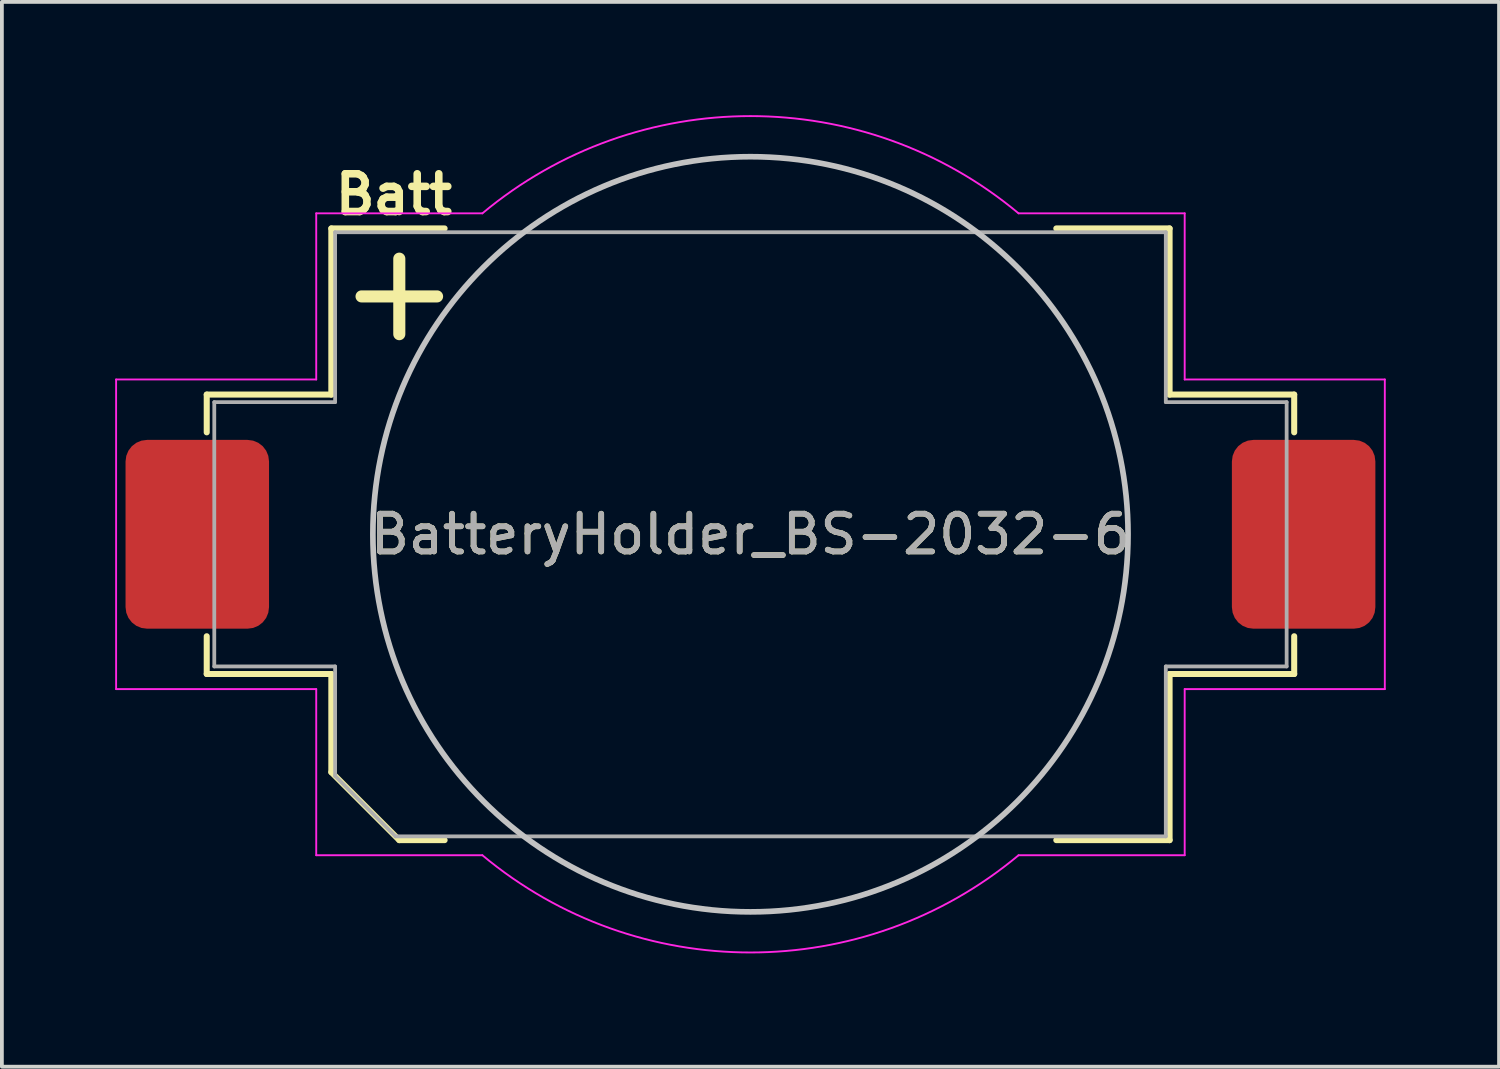
<source format=kicad_pcb>
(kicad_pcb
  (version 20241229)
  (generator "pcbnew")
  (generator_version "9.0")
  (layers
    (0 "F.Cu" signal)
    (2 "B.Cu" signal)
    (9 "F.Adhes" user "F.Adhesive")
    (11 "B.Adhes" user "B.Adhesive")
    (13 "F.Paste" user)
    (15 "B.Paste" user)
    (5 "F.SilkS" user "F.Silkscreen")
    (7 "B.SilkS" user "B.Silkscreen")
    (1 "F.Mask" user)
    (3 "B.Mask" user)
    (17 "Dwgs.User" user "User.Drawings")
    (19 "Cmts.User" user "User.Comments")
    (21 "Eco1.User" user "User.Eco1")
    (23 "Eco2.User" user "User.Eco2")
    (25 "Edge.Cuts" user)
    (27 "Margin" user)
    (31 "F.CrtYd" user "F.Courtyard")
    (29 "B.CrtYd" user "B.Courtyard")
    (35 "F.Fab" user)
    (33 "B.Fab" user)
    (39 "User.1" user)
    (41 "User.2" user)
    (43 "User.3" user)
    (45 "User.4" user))
  (footprint "BatteryHolder_BS-2032-6"
    (layer "F.Cu")
    (at 16.825 11.1)
    (property "Reference" "BatteryHolder_BS-2032-6" (at 0 0 0) (layer "F.SilkS") (effects (font (size 1 1) (thickness 0.15))))
    (attr smd)
    (fp_line (start -14.4 -3.7) (end -11.1 -3.7) (stroke (width 0.16) (type solid)) (layer "F.SilkS"))
    (fp_line (start -14.4 -2.7) (end -14.4 -3.7) (stroke (width 0.16) (type solid)) (layer "F.SilkS"))
    (fp_line (start -14.4 2.7) (end -14.4 3.7) (stroke (width 0.16) (type solid)) (layer "F.SilkS"))
    (fp_line (start -11.1 -8.1) (end -8.1 -8.1) (stroke (width 0.16) (type solid)) (layer "F.SilkS"))
    (fp_line (start -11.1 -3.7) (end -11.1 -8.1) (stroke (width 0.16) (type solid)) (layer "F.SilkS"))
    (fp_line (start -11.1 3.7) (end -14.4 3.7) (stroke (width 0.16) (type solid)) (layer "F.SilkS"))
    (fp_line (start -11.1 6.3) (end -11.1 3.7) (stroke (width 0.16) (type solid)) (layer "F.SilkS"))
    (fp_line (start -11.1 6.3) (end -9.3 8.1) (stroke (width 0.16) (type solid)) (layer "F.SilkS"))
    (fp_line (start -10.3 -6.3) (end -8.3 -6.3) (stroke (width 0.32) (type solid)) (layer "F.SilkS"))
    (fp_line (start -9.3 -7.3) (end -9.3 -5.3) (stroke (width 0.32) (type solid)) (layer "F.SilkS"))
    (fp_line (start -9.3 8.1) (end -8.1 8.1) (stroke (width 0.16) (type solid)) (layer "F.SilkS"))
    (fp_line (start 8.1 -8.1) (end 11.1 -8.1) (stroke (width 0.16) (type solid)) (layer "F.SilkS"))
    (fp_line (start 8.1 8.1) (end 11.1 8.1) (stroke (width 0.16) (type solid)) (layer "F.SilkS"))
    (fp_line (start 11.1 -3.7) (end 11.1 -8.1) (stroke (width 0.16) (type solid)) (layer "F.SilkS"))
    (fp_line (start 11.1 -3.7) (end 14.4 -3.7) (stroke (width 0.16) (type solid)) (layer "F.SilkS"))
    (fp_line (start 11.1 8.1) (end 11.1 3.7) (stroke (width 0.16) (type solid)) (layer "F.SilkS"))
    (fp_line (start 14.4 -2.7) (end 14.4 -3.7) (stroke (width 0.16) (type solid)) (layer "F.SilkS"))
    (fp_line (start 14.4 2.7) (end 14.4 3.7) (stroke (width 0.16) (type solid)) (layer "F.SilkS"))
    (fp_line (start 14.4 3.7) (end 11.1 3.7) (stroke (width 0.16) (type solid)) (layer "F.SilkS"))
    (fp_circle (center 0 0) (end 10 0) (stroke (width 0.15) (type solid)) (fill no) (layer "Dwgs.User"))
    (fp_line (start -16.8 -4.1) (end -16.8 4.1) (stroke (width 0.05) (type solid)) (layer "F.CrtYd"))
    (fp_line (start -16.8 -4.1) (end -11.5 -4.1) (stroke (width 0.05) (type solid)) (layer "F.CrtYd"))
    (fp_line (start -16.8 4.1) (end -11.5 4.1) (stroke (width 0.05) (type solid)) (layer "F.CrtYd"))
    (fp_line (start -11.5 -8.5) (end -7.1 -8.5) (stroke (width 0.05) (type solid)) (layer "F.CrtYd"))
    (fp_line (start -11.5 -4.1) (end -11.5 -8.5) (stroke (width 0.05) (type solid)) (layer "F.CrtYd"))
    (fp_line (start -11.5 8.5) (end -11.5 4.1) (stroke (width 0.05) (type solid)) (layer "F.CrtYd"))
    (fp_line (start -11.5 8.5) (end -7.1 8.5) (stroke (width 0.05) (type solid)) (layer "F.CrtYd"))
    (fp_line (start 7.1 -8.5) (end 11.5 -8.5) (stroke (width 0.05) (type solid)) (layer "F.CrtYd"))
    (fp_line (start 7.1 8.5) (end 11.5 8.5) (stroke (width 0.05) (type solid)) (layer "F.CrtYd"))
    (fp_line (start 11.5 -8.5) (end 11.5 -4.1) (stroke (width 0.05) (type solid)) (layer "F.CrtYd"))
    (fp_line (start 11.5 4.1) (end 16.8 4.1) (stroke (width 0.05) (type solid)) (layer "F.CrtYd"))
    (fp_line (start 11.5 8.5) (end 11.5 4.1) (stroke (width 0.05) (type solid)) (layer "F.CrtYd"))
    (fp_line (start 16.8 -4.1) (end 11.5 -4.1) (stroke (width 0.05) (type solid)) (layer "F.CrtYd"))
    (fp_line (start 16.8 4.1) (end 16.8 -4.1) (stroke (width 0.05) (type solid)) (layer "F.CrtYd"))
    (fp_arc (start -7.1 -8.5) (mid 0 -11.075198) (end 7.1 -8.5) (stroke (width 0.05) (type solid)) (layer "F.CrtYd"))
    (fp_arc (start 7.1 8.5) (mid 0 11.075198) (end -7.1 8.5) (stroke (width 0.05) (type solid)) (layer "F.CrtYd"))
    (fp_line (start -14.2 -3.5) (end -14.2 3.5) (stroke (width 0.1) (type solid)) (layer "F.Fab"))
    (fp_line (start -14.2 -3.5) (end -11 -3.5) (stroke (width 0.1) (type solid)) (layer "F.Fab"))
    (fp_line (start -14.2 3.5) (end -11 3.5) (stroke (width 0.1) (type solid)) (layer "F.Fab"))
    (fp_line (start -11 -8) (end 11 -8) (stroke (width 0.1) (type solid)) (layer "F.Fab"))
    (fp_line (start -11 -3.5) (end -11 -8) (stroke (width 0.1) (type solid)) (layer "F.Fab"))
    (fp_line (start -11 3.5) (end -11 6.4) (stroke (width 0.1) (type solid)) (layer "F.Fab"))
    (fp_line (start -11 6.4) (end -9.4 8) (stroke (width 0.1) (type solid)) (layer "F.Fab"))
    (fp_line (start -9.4 8) (end 11 8) (stroke (width 0.1) (type solid)) (layer "F.Fab"))
    (fp_line (start 11 -3.5) (end 11 -8) (stroke (width 0.1) (type solid)) (layer "F.Fab"))
    (fp_line (start 11 -3.5) (end 14.2 -3.5) (stroke (width 0.1) (type solid)) (layer "F.Fab"))
    (fp_line (start 11 3.5) (end 11 8) (stroke (width 0.1) (type solid)) (layer "F.Fab"))
    (fp_line (start 14.2 -3.5) (end 14.2 3.5) (stroke (width 0.1) (type solid)) (layer "F.Fab"))
    (fp_line (start 14.2 3.5) (end 11 3.5) (stroke (width 0.1) (type solid)) (layer "F.Fab"))
    (fp_text user "Batt" (at -11.1 -9 0) (unlocked yes) (layer "F.SilkS") (effects (font (size 1 1) (thickness 0.2)) (justify left)))
    (fp_text user "${REFERENCE}" (at 0 0 0) (layer "F.Fab") (effects (font (size 1 1) (thickness 0.15))))
    (pad "1" smd roundrect (at -14.65 0) (size 3.8 5) (layers "F.Cu" "F.Mask" "F.Paste") (roundrect_rratio 0.15))
    (pad "2" smd roundrect (at 14.65 0) (size 3.8 5) (layers "F.Cu" "F.Mask" "F.Paste") (roundrect_rratio 0.15)))
  (gr_rect
    (start -3 -3)
    (end 36.65 25.2)
    (stroke (width 0.1) (type default))
    (fill no)
    (layer "Edge.Cuts")))
</source>
